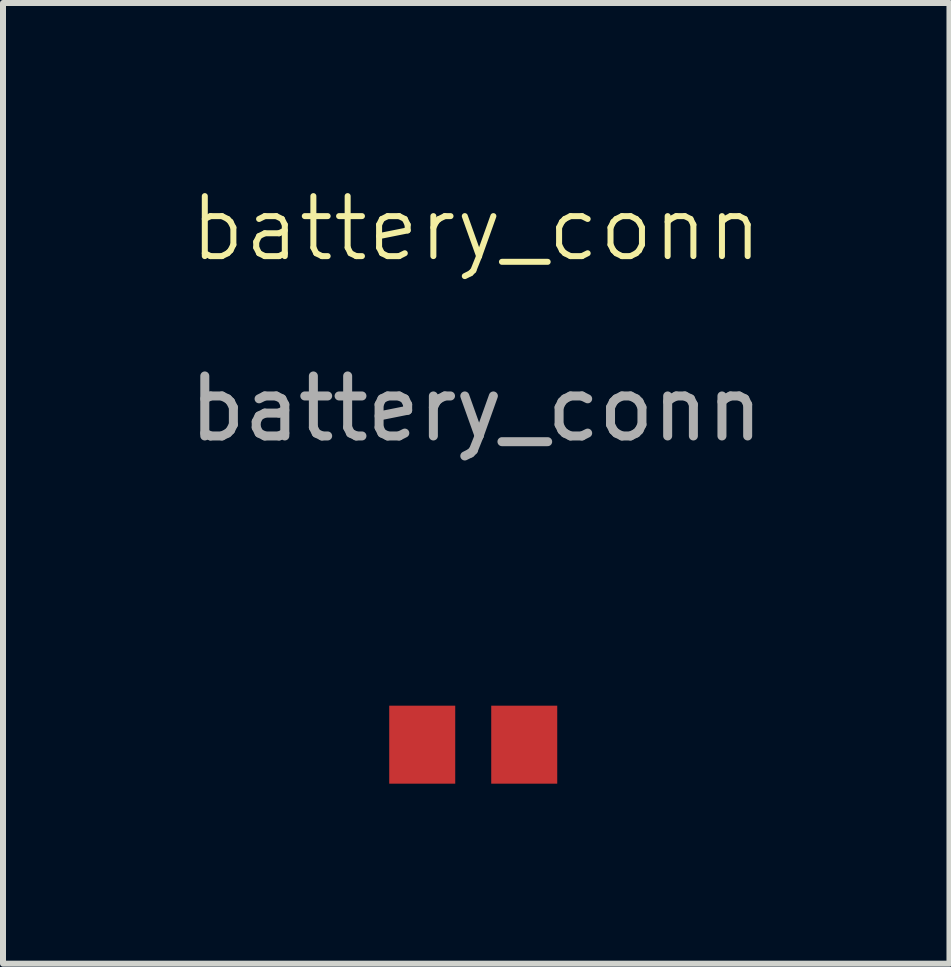
<source format=kicad_pcb>
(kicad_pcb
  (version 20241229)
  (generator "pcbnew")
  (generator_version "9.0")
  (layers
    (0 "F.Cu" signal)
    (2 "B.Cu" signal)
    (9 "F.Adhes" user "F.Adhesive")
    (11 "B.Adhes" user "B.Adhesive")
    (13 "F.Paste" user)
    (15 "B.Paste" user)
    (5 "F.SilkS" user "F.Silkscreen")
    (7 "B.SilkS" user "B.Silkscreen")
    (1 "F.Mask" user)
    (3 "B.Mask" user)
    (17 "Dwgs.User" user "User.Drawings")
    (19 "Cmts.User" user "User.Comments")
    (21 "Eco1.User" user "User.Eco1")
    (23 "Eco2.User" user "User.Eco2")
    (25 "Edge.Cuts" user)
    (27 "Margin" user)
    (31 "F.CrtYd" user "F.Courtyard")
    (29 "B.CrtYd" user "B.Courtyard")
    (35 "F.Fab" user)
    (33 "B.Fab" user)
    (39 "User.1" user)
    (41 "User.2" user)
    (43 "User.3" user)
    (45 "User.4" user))
  (footprint "battery_conn"
    (layer "F.Cu")
    (at 4.887 9.361)
    (property "Reference" "battery_conn" (at 0 -8.6 0) (unlocked yes) (layer "F.SilkS") (effects (font (size 1 1) (thickness 0.1))))
    (fp_text user "${REFERENCE}" (at 0 -5.6 0) (unlocked yes) (layer "F.Fab") (effects (font (size 1 1) (thickness 0.15))))
    (dimension (type aligned) (layer "User.1") (pts (xy 3.587 8.661) (xy 6.187 8.661)) (height -0.9) (format (prefix "") (suffix "") (units 3) (units_format 1) (precision 4)) (style (thickness 0.1) (arrow_length 1.27) (text_position_mode 0) (arrow_direction outward) (extension_height 0.586) (extension_offset 0.5) (keep_text_aligned yes)) (gr_text "2.6000 mm" (at 4.887 6.611 0) (layer "User.1") (effects (font (size 1 1) (thickness 0.15)))))
    (pad "1" smd rect (at -0.9 0) (size 1.1 1.3) (layers "F.Cu" "F.Mask" "F.Paste"))
    (pad "2" smd rect (at 0.8 0) (size 1.1 1.3) (layers "F.Cu" "F.Mask" "F.Paste")))
  (gr_rect
    (start -3 -3)
    (end 12.774 13.011)
    (stroke (width 0.1) (type default))
    (fill no)
    (layer "Edge.Cuts")))
</source>
